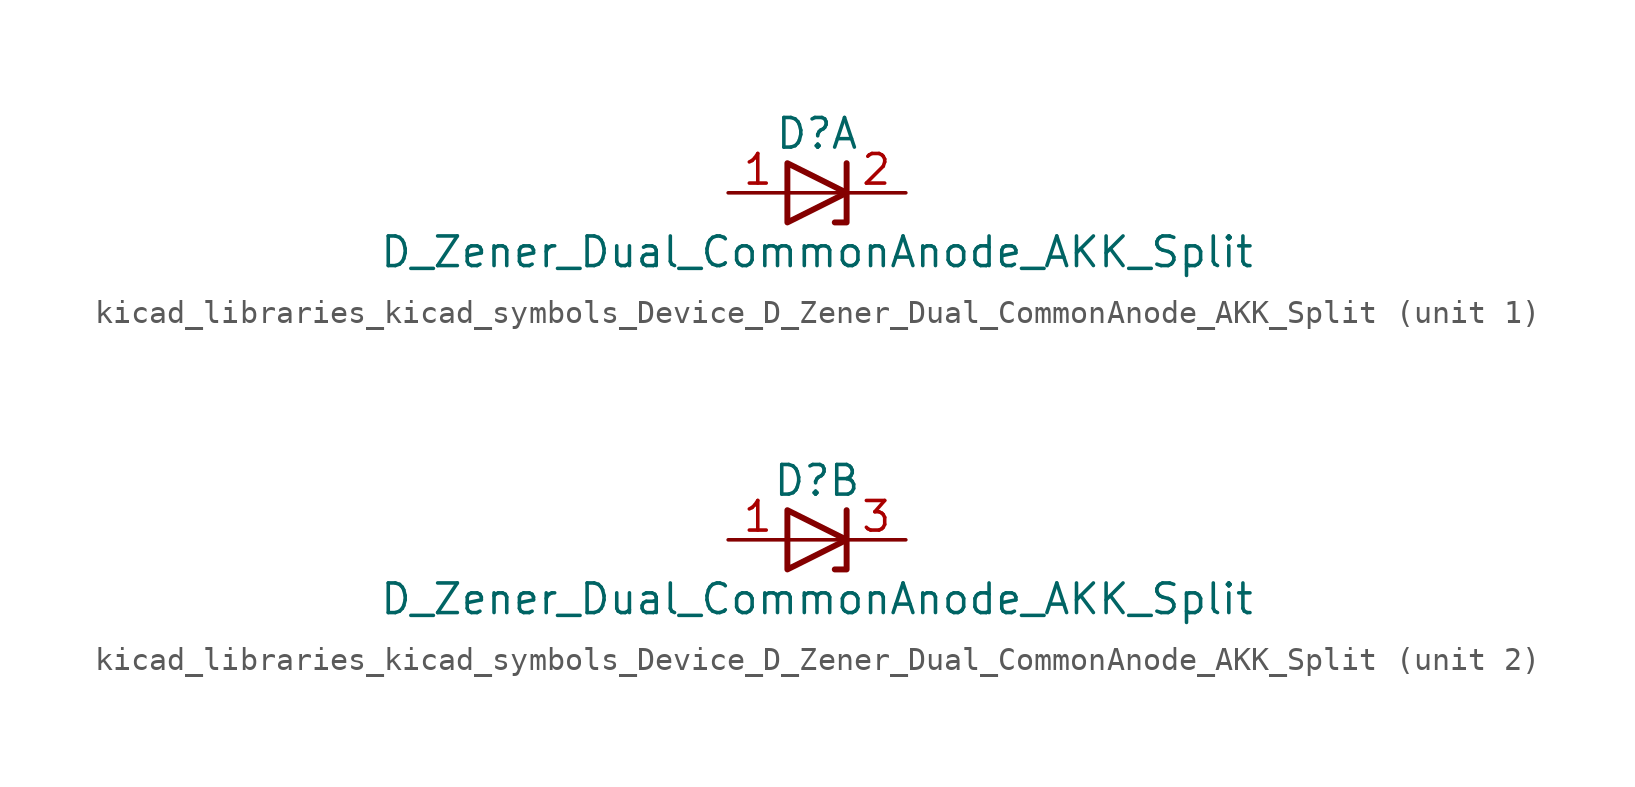
<source format=kicad_sym>
(kicad_symbol_lib
  (version 20220914)
  (generator kicad_symbol_editor)
  (symbol "kicad_libraries_kicad_symbols_Device_D_Zener_Dual_CommonAnode_AKK_Split"
    (pin_names
      (offset 0.762) hide)
    (property "Reference" "D"
      (at 0 2.54 0)
      (effects (font (size 1.27 1.27))))
    (property "Value" "D_Zener_Dual_CommonAnode_AKK_Split"
      (at 0 -2.54 0)
      (effects (font (size 1.27 1.27))))
    (property "ki_locked" ""
      (at 0 0 0)
      (effects (font (size 1.27 1.27))))
    (symbol "kicad_libraries_kicad_symbols_Device_D_Zener_Dual_CommonAnode_AKK_Split_0_0"
      (polyline (pts (xy 1.27 1.27) (xy 1.27 -1.27) (xy 0.762 -1.27)) (stroke (width 0.254) (type default)) (fill (type none))))
    (symbol "kicad_libraries_kicad_symbols_Device_D_Zener_Dual_CommonAnode_AKK_Split_0_1"
      (polyline (pts (xy 1.27 0) (xy -1.27 0)) (stroke (width 0) (type default)) (fill (type none)))
      (polyline (pts (xy -1.27 1.27) (xy 1.27 0) (xy -1.27 -1.27) (xy -1.27 1.27) (xy -1.27 1.27) (xy -1.27 1.27)) (stroke (width 0.254) (type default)) (fill (type none)))
      (pin passive line (at -3.81 0 0) (length 2.54) (name "A" (effects (font (size 1.27 1.27)))) (number "1" (effects (font (size 1.27 1.27))))))
    (symbol "kicad_libraries_kicad_symbols_Device_D_Zener_Dual_CommonAnode_AKK_Split_1_1"
      (pin passive line (at 3.81 0 180) (length 2.54) (name "K" (effects (font (size 1.27 1.27)))) (number "2" (effects (font (size 1.27 1.27))))))
    (symbol "kicad_libraries_kicad_symbols_Device_D_Zener_Dual_CommonAnode_AKK_Split_2_1"
      (pin passive line (at 3.81 0 180) (length 2.54) (name "K" (effects (font (size 1.27 1.27)))) (number "3" (effects (font (size 1.27 1.27))))))))
</source>
